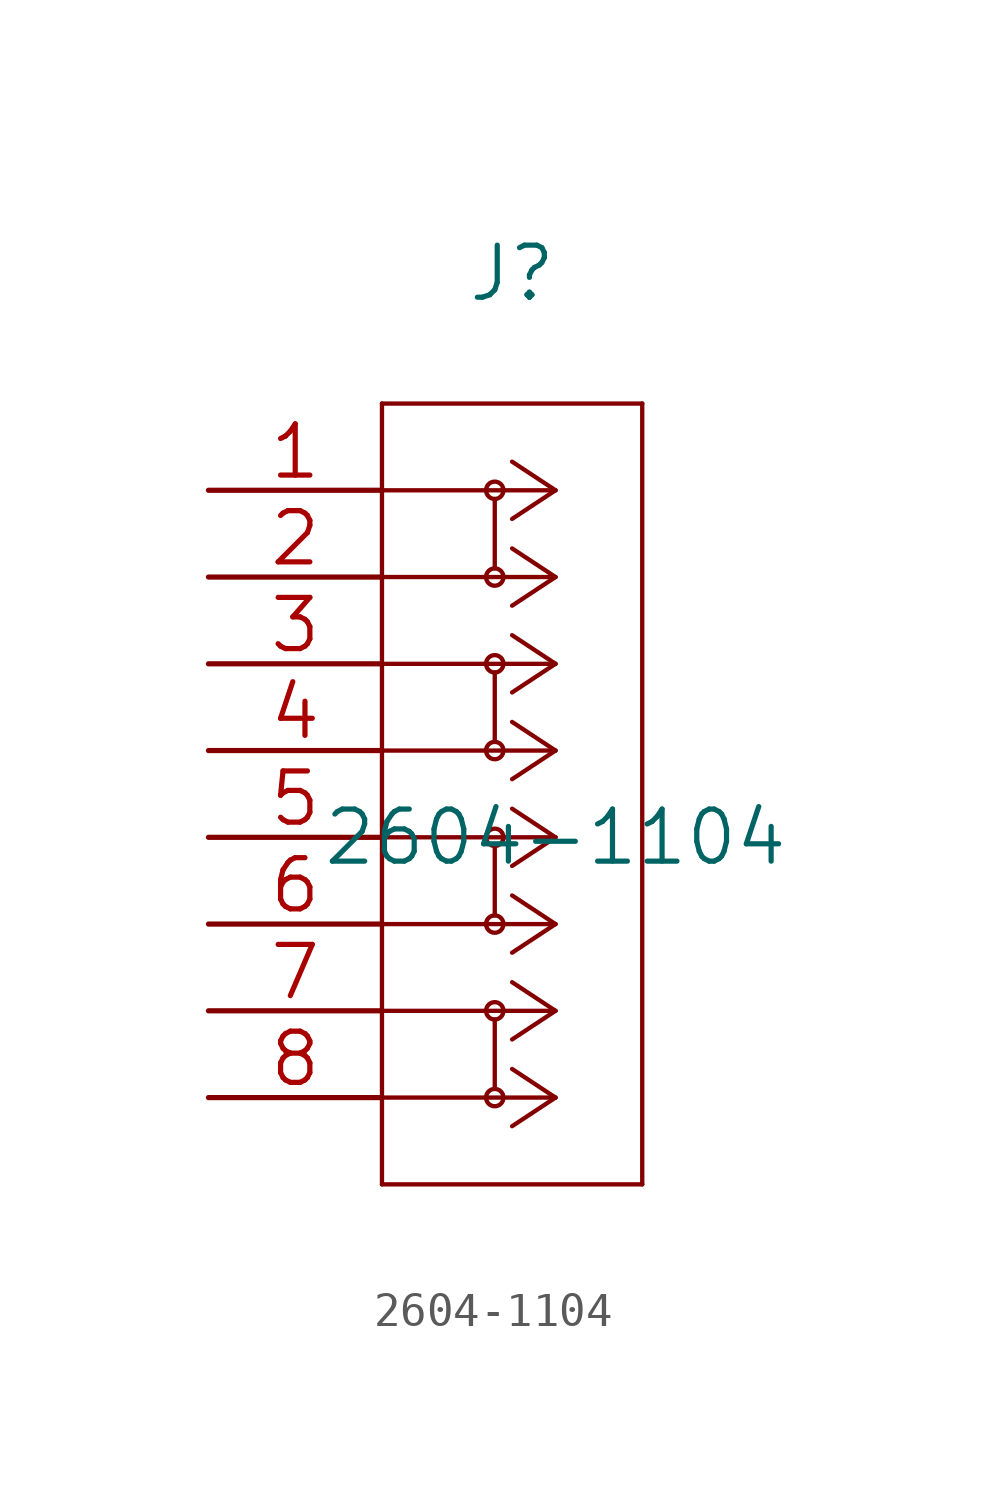
<source format=kicad_sym>
(kicad_symbol_lib
  (version 20211014)
  (generator kicad_symbol_editor)
  (symbol "2604-1104"
    (pin_names
      (offset 0.254) hide)
    (property "Reference" "J"
      (at -1.27 16.51 0)
      (effects (font (size 1.524 1.524))))
    (property "Value" "2604-1104"
      (at 0 0 0)
      (effects (font (size 1.524 1.524))))
    (property "Datasheet" ""
      (at 0 0 0)
      (effects (font (size 1.524 1.524))))
    (symbol "2604-1104_1_1"
      (circle (center -1.778 -7.62) (radius 0.254) (stroke (width 0.127) (type default) (color 0 0 0 0)) (fill (type none)))
      (circle (center -1.778 -5.08) (radius 0.254) (stroke (width 0.127) (type default) (color 0 0 0 0)) (fill (type none)))
      (circle (center -1.778 -2.54) (radius 0.254) (stroke (width 0.127) (type default) (color 0 0 0 0)) (fill (type none)))
      (circle (center -1.778 0) (radius 0.254) (stroke (width 0.127) (type default) (color 0 0 0 0)) (fill (type none)))
      (circle (center -1.778 2.54) (radius 0.254) (stroke (width 0.127) (type default) (color 0 0 0 0)) (fill (type none)))
      (circle (center -1.778 5.08) (radius 0.254) (stroke (width 0.127) (type default) (color 0 0 0 0)) (fill (type none)))
      (circle (center -1.778 7.62) (radius 0.254) (stroke (width 0.127) (type default) (color 0 0 0 0)) (fill (type none)))
      (circle (center -1.778 10.16) (radius 0.254) (stroke (width 0.127) (type default) (color 0 0 0 0)) (fill (type none)))
      (arc (start -1.524 -7.62) (mid -2.032 -7.62) (end -1.524 -7.62) (stroke (width 0.127) (type default) (color 0 0 0 0)) (fill (type none)))
      (arc (start -1.524 -5.08) (mid -2.032 -5.08) (end -1.524 -5.08) (stroke (width 0.127) (type default) (color 0 0 0 0)) (fill (type none)))
      (arc (start -1.524 -2.54) (mid -2.032 -2.54) (end -1.524 -2.54) (stroke (width 0.127) (type default) (color 0 0 0 0)) (fill (type none)))
      (arc (start -1.524 0) (mid -2.032 0) (end -1.524 0) (stroke (width 0.127) (type default) (color 0 0 0 0)) (fill (type none)))
      (arc (start -1.524 2.54) (mid -2.032 2.54) (end -1.524 2.54) (stroke (width 0.127) (type default) (color 0 0 0 0)) (fill (type none)))
      (arc (start -1.524 5.08) (mid -2.032 5.08) (end -1.524 5.08) (stroke (width 0.127) (type default) (color 0 0 0 0)) (fill (type none)))
      (arc (start -1.524 7.62) (mid -2.032 7.62) (end -1.524 7.62) (stroke (width 0.127) (type default) (color 0 0 0 0)) (fill (type none)))
      (arc (start -1.524 10.16) (mid -2.032 10.16) (end -1.524 10.16) (stroke (width 0.127) (type default) (color 0 0 0 0)) (fill (type none)))
      (polyline (pts (xy -5.08 -10.16) (xy 2.54 -10.16)) (stroke (width 0.127) (type default) (color 0 0 0 0)) (fill (type none)))
      (polyline (pts (xy -5.08 12.7) (xy -5.08 -10.16)) (stroke (width 0.127) (type default) (color 0 0 0 0)) (fill (type none)))
      (polyline (pts (xy -1.778 -5.334) (xy -1.778 -7.366)) (stroke (width 0.127) (type default) (color 0 0 0 0)) (fill (type none)))
      (polyline (pts (xy -1.778 -0.254) (xy -1.778 -2.286)) (stroke (width 0.127) (type default) (color 0 0 0 0)) (fill (type none)))
      (polyline (pts (xy -1.778 4.826) (xy -1.778 2.794)) (stroke (width 0.127) (type default) (color 0 0 0 0)) (fill (type none)))
      (polyline (pts (xy -1.778 9.906) (xy -1.778 7.874)) (stroke (width 0.127) (type default) (color 0 0 0 0)) (fill (type none)))
      (polyline (pts (xy 0 -7.62) (xy -5.08 -7.62)) (stroke (width 0.127) (type default) (color 0 0 0 0)) (fill (type none)))
      (polyline (pts (xy 0 -7.62) (xy -1.27 -8.458)) (stroke (width 0.127) (type default) (color 0 0 0 0)) (fill (type none)))
      (polyline (pts (xy 0 -7.62) (xy -1.27 -6.782)) (stroke (width 0.127) (type default) (color 0 0 0 0)) (fill (type none)))
      (polyline (pts (xy 0 -5.08) (xy -5.08 -5.08)) (stroke (width 0.127) (type default) (color 0 0 0 0)) (fill (type none)))
      (polyline (pts (xy 0 -5.08) (xy -1.27 -5.918)) (stroke (width 0.127) (type default) (color 0 0 0 0)) (fill (type none)))
      (polyline (pts (xy 0 -5.08) (xy -1.27 -4.242)) (stroke (width 0.127) (type default) (color 0 0 0 0)) (fill (type none)))
      (polyline (pts (xy 0 -2.54) (xy -5.08 -2.54)) (stroke (width 0.127) (type default) (color 0 0 0 0)) (fill (type none)))
      (polyline (pts (xy 0 -2.54) (xy -1.27 -3.378)) (stroke (width 0.127) (type default) (color 0 0 0 0)) (fill (type none)))
      (polyline (pts (xy 0 -2.54) (xy -1.27 -1.702)) (stroke (width 0.127) (type default) (color 0 0 0 0)) (fill (type none)))
      (polyline (pts (xy 0 0) (xy -5.08 0)) (stroke (width 0.127) (type default) (color 0 0 0 0)) (fill (type none)))
      (polyline (pts (xy 0 0) (xy -1.27 -0.838)) (stroke (width 0.127) (type default) (color 0 0 0 0)) (fill (type none)))
      (polyline (pts (xy 0 0) (xy -1.27 0.838)) (stroke (width 0.127) (type default) (color 0 0 0 0)) (fill (type none)))
      (polyline (pts (xy 0 2.54) (xy -5.08 2.54)) (stroke (width 0.127) (type default) (color 0 0 0 0)) (fill (type none)))
      (polyline (pts (xy 0 2.54) (xy -1.27 1.702)) (stroke (width 0.127) (type default) (color 0 0 0 0)) (fill (type none)))
      (polyline (pts (xy 0 2.54) (xy -1.27 3.378)) (stroke (width 0.127) (type default) (color 0 0 0 0)) (fill (type none)))
      (polyline (pts (xy 0 5.08) (xy -5.08 5.08)) (stroke (width 0.127) (type default) (color 0 0 0 0)) (fill (type none)))
      (polyline (pts (xy 0 5.08) (xy -1.27 4.242)) (stroke (width 0.127) (type default) (color 0 0 0 0)) (fill (type none)))
      (polyline (pts (xy 0 5.08) (xy -1.27 5.918)) (stroke (width 0.127) (type default) (color 0 0 0 0)) (fill (type none)))
      (polyline (pts (xy 0 7.62) (xy -5.08 7.62)) (stroke (width 0.127) (type default) (color 0 0 0 0)) (fill (type none)))
      (polyline (pts (xy 0 7.62) (xy -1.27 6.782)) (stroke (width 0.127) (type default) (color 0 0 0 0)) (fill (type none)))
      (polyline (pts (xy 0 7.62) (xy -1.27 8.458)) (stroke (width 0.127) (type default) (color 0 0 0 0)) (fill (type none)))
      (polyline (pts (xy 0 10.16) (xy -5.08 10.16)) (stroke (width 0.127) (type default) (color 0 0 0 0)) (fill (type none)))
      (polyline (pts (xy 0 10.16) (xy -1.27 9.322)) (stroke (width 0.127) (type default) (color 0 0 0 0)) (fill (type none)))
      (polyline (pts (xy 0 10.16) (xy -1.27 10.998)) (stroke (width 0.127) (type default) (color 0 0 0 0)) (fill (type none)))
      (polyline (pts (xy 2.54 -10.16) (xy 2.54 12.7)) (stroke (width 0.127) (type default) (color 0 0 0 0)) (fill (type none)))
      (polyline (pts (xy 2.54 12.7) (xy -5.08 12.7)) (stroke (width 0.127) (type default) (color 0 0 0 0)) (fill (type none)))
      (pin passive line (at -10.16 10.16 0) (length 5.08) (name "1" (effects (font (size 1.499 1.499)))) (number "1" (effects (font (size 1.499 1.499)))))
      (pin passive line (at -10.16 7.62 0) (length 5.08) (name "2" (effects (font (size 1.499 1.499)))) (number "2" (effects (font (size 1.499 1.499)))))
      (pin passive line (at -10.16 5.08 0) (length 5.08) (name "3" (effects (font (size 1.499 1.499)))) (number "3" (effects (font (size 1.499 1.499)))))
      (pin passive line (at -10.16 2.54 0) (length 5.08) (name "4" (effects (font (size 1.499 1.499)))) (number "4" (effects (font (size 1.499 1.499)))))
      (pin passive line (at -10.16 0 0) (length 5.08) (name "5" (effects (font (size 1.499 1.499)))) (number "5" (effects (font (size 1.499 1.499)))))
      (pin passive line (at -10.16 -2.54 0) (length 5.08) (name "6" (effects (font (size 1.499 1.499)))) (number "6" (effects (font (size 1.499 1.499)))))
      (pin passive line (at -10.16 -5.08 0) (length 5.08) (name "7" (effects (font (size 1.499 1.499)))) (number "7" (effects (font (size 1.499 1.499)))))
      (pin passive line (at -10.16 -7.62 0) (length 5.08) (name "8" (effects (font (size 1.499 1.499)))) (number "8" (effects (font (size 1.499 1.499))))))))
</source>
